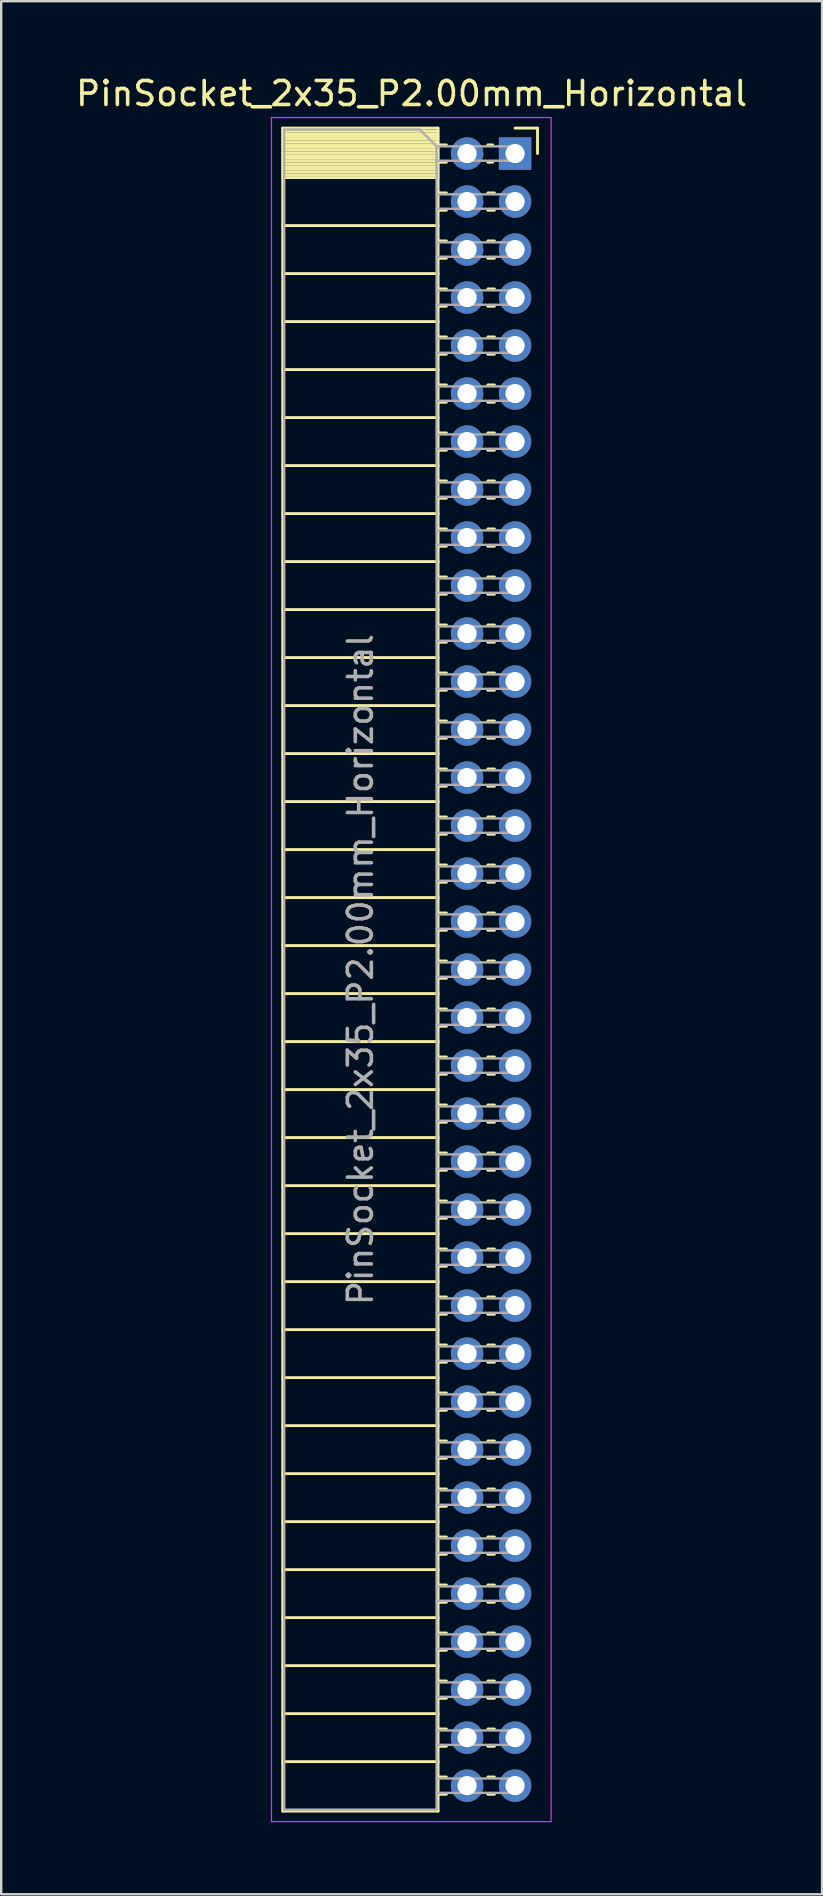
<source format=kicad_pcb>
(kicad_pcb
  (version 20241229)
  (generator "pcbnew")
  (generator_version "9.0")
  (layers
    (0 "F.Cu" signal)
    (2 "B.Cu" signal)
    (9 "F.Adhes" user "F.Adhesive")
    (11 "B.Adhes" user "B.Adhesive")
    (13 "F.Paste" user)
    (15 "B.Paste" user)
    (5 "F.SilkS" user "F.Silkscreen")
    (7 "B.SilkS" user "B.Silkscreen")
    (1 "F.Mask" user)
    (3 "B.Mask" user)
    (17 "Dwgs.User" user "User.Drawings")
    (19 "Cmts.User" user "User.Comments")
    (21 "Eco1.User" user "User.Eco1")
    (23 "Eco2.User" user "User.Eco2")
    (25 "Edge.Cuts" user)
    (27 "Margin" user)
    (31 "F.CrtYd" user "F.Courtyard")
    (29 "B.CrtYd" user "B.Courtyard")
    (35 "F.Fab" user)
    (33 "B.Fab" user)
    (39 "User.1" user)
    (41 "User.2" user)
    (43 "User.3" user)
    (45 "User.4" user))
  (footprint "PinSocket_2x35_P2.00mm_Horizontal"
    (layer "F.Cu")
    (at 18.411 3.348)
    (property "Reference" "PinSocket_2x35_P2.00mm_Horizontal" (at -4.31 -2.5 0) (layer "F.SilkS") (effects (font (size 1 1) (thickness 0.15))))
    (attr through_hole)
    (fp_line (start -9.68 -1.06) (end -9.68 69.06) (stroke (width 0.12) (type solid)) (layer "F.SilkS"))
    (fp_line (start -9.68 -1.06) (end -3.21 -1.06) (stroke (width 0.12) (type solid)) (layer "F.SilkS"))
    (fp_line (start -9.68 -0.94) (end -3.21 -0.94) (stroke (width 0.12) (type solid)) (layer "F.SilkS"))
    (fp_line (start -9.68 -0.826) (end -3.21 -0.826) (stroke (width 0.12) (type solid)) (layer "F.SilkS"))
    (fp_line (start -9.68 -0.712) (end -3.21 -0.712) (stroke (width 0.12) (type solid)) (layer "F.SilkS"))
    (fp_line (start -9.68 -0.598) (end -3.21 -0.598) (stroke (width 0.12) (type solid)) (layer "F.SilkS"))
    (fp_line (start -9.68 -0.484) (end -3.21 -0.484) (stroke (width 0.12) (type solid)) (layer "F.SilkS"))
    (fp_line (start -9.68 -0.369) (end -3.21 -0.369) (stroke (width 0.12) (type solid)) (layer "F.SilkS"))
    (fp_line (start -9.68 -0.255) (end -3.21 -0.255) (stroke (width 0.12) (type solid)) (layer "F.SilkS"))
    (fp_line (start -9.68 -0.141) (end -3.21 -0.141) (stroke (width 0.12) (type solid)) (layer "F.SilkS"))
    (fp_line (start -9.68 -0.027) (end -3.21 -0.027) (stroke (width 0.12) (type solid)) (layer "F.SilkS"))
    (fp_line (start -9.68 0.087) (end -3.21 0.087) (stroke (width 0.12) (type solid)) (layer "F.SilkS"))
    (fp_line (start -9.68 0.201) (end -3.21 0.201) (stroke (width 0.12) (type solid)) (layer "F.SilkS"))
    (fp_line (start -9.68 0.315) (end -3.21 0.315) (stroke (width 0.12) (type solid)) (layer "F.SilkS"))
    (fp_line (start -9.68 0.429) (end -3.21 0.429) (stroke (width 0.12) (type solid)) (layer "F.SilkS"))
    (fp_line (start -9.68 0.544) (end -3.21 0.544) (stroke (width 0.12) (type solid)) (layer "F.SilkS"))
    (fp_line (start -9.68 0.658) (end -3.21 0.658) (stroke (width 0.12) (type solid)) (layer "F.SilkS"))
    (fp_line (start -9.68 0.772) (end -3.21 0.772) (stroke (width 0.12) (type solid)) (layer "F.SilkS"))
    (fp_line (start -9.68 0.886) (end -3.21 0.886) (stroke (width 0.12) (type solid)) (layer "F.SilkS"))
    (fp_line (start -9.68 1) (end -3.21 1) (stroke (width 0.12) (type solid)) (layer "F.SilkS"))
    (fp_line (start -9.68 3) (end -3.21 3) (stroke (width 0.12) (type solid)) (layer "F.SilkS"))
    (fp_line (start -9.68 5) (end -3.21 5) (stroke (width 0.12) (type solid)) (layer "F.SilkS"))
    (fp_line (start -9.68 7) (end -3.21 7) (stroke (width 0.12) (type solid)) (layer "F.SilkS"))
    (fp_line (start -9.68 9) (end -3.21 9) (stroke (width 0.12) (type solid)) (layer "F.SilkS"))
    (fp_line (start -9.68 11) (end -3.21 11) (stroke (width 0.12) (type solid)) (layer "F.SilkS"))
    (fp_line (start -9.68 13) (end -3.21 13) (stroke (width 0.12) (type solid)) (layer "F.SilkS"))
    (fp_line (start -9.68 15) (end -3.21 15) (stroke (width 0.12) (type solid)) (layer "F.SilkS"))
    (fp_line (start -9.68 17) (end -3.21 17) (stroke (width 0.12) (type solid)) (layer "F.SilkS"))
    (fp_line (start -9.68 19) (end -3.21 19) (stroke (width 0.12) (type solid)) (layer "F.SilkS"))
    (fp_line (start -9.68 21) (end -3.21 21) (stroke (width 0.12) (type solid)) (layer "F.SilkS"))
    (fp_line (start -9.68 23) (end -3.21 23) (stroke (width 0.12) (type solid)) (layer "F.SilkS"))
    (fp_line (start -9.68 25) (end -3.21 25) (stroke (width 0.12) (type solid)) (layer "F.SilkS"))
    (fp_line (start -9.68 27) (end -3.21 27) (stroke (width 0.12) (type solid)) (layer "F.SilkS"))
    (fp_line (start -9.68 29) (end -3.21 29) (stroke (width 0.12) (type solid)) (layer "F.SilkS"))
    (fp_line (start -9.68 31) (end -3.21 31) (stroke (width 0.12) (type solid)) (layer "F.SilkS"))
    (fp_line (start -9.68 33) (end -3.21 33) (stroke (width 0.12) (type solid)) (layer "F.SilkS"))
    (fp_line (start -9.68 35) (end -3.21 35) (stroke (width 0.12) (type solid)) (layer "F.SilkS"))
    (fp_line (start -9.68 37) (end -3.21 37) (stroke (width 0.12) (type solid)) (layer "F.SilkS"))
    (fp_line (start -9.68 39) (end -3.21 39) (stroke (width 0.12) (type solid)) (layer "F.SilkS"))
    (fp_line (start -9.68 41) (end -3.21 41) (stroke (width 0.12) (type solid)) (layer "F.SilkS"))
    (fp_line (start -9.68 43) (end -3.21 43) (stroke (width 0.12) (type solid)) (layer "F.SilkS"))
    (fp_line (start -9.68 45) (end -3.21 45) (stroke (width 0.12) (type solid)) (layer "F.SilkS"))
    (fp_line (start -9.68 47) (end -3.21 47) (stroke (width 0.12) (type solid)) (layer "F.SilkS"))
    (fp_line (start -9.68 49) (end -3.21 49) (stroke (width 0.12) (type solid)) (layer "F.SilkS"))
    (fp_line (start -9.68 51) (end -3.21 51) (stroke (width 0.12) (type solid)) (layer "F.SilkS"))
    (fp_line (start -9.68 53) (end -3.21 53) (stroke (width 0.12) (type solid)) (layer "F.SilkS"))
    (fp_line (start -9.68 55) (end -3.21 55) (stroke (width 0.12) (type solid)) (layer "F.SilkS"))
    (fp_line (start -9.68 57) (end -3.21 57) (stroke (width 0.12) (type solid)) (layer "F.SilkS"))
    (fp_line (start -9.68 59) (end -3.21 59) (stroke (width 0.12) (type solid)) (layer "F.SilkS"))
    (fp_line (start -9.68 61) (end -3.21 61) (stroke (width 0.12) (type solid)) (layer "F.SilkS"))
    (fp_line (start -9.68 63) (end -3.21 63) (stroke (width 0.12) (type solid)) (layer "F.SilkS"))
    (fp_line (start -9.68 65) (end -3.21 65) (stroke (width 0.12) (type solid)) (layer "F.SilkS"))
    (fp_line (start -9.68 67) (end -3.21 67) (stroke (width 0.12) (type solid)) (layer "F.SilkS"))
    (fp_line (start -9.68 69.06) (end -3.21 69.06) (stroke (width 0.12) (type solid)) (layer "F.SilkS"))
    (fp_line (start -3.21 -1.06) (end -3.21 69.06) (stroke (width 0.12) (type solid)) (layer "F.SilkS"))
    (fp_line (start -3.21 -0.36) (end -2.863 -0.36) (stroke (width 0.12) (type solid)) (layer "F.SilkS"))
    (fp_line (start -3.21 0.36) (end -2.863 0.36) (stroke (width 0.12) (type solid)) (layer "F.SilkS"))
    (fp_line (start -3.21 1.64) (end -2.863 1.64) (stroke (width 0.12) (type solid)) (layer "F.SilkS"))
    (fp_line (start -3.21 2.36) (end -2.863 2.36) (stroke (width 0.12) (type solid)) (layer "F.SilkS"))
    (fp_line (start -3.21 3.64) (end -2.863 3.64) (stroke (width 0.12) (type solid)) (layer "F.SilkS"))
    (fp_line (start -3.21 4.36) (end -2.863 4.36) (stroke (width 0.12) (type solid)) (layer "F.SilkS"))
    (fp_line (start -3.21 5.64) (end -2.863 5.64) (stroke (width 0.12) (type solid)) (layer "F.SilkS"))
    (fp_line (start -3.21 6.36) (end -2.863 6.36) (stroke (width 0.12) (type solid)) (layer "F.SilkS"))
    (fp_line (start -3.21 7.64) (end -2.863 7.64) (stroke (width 0.12) (type solid)) (layer "F.SilkS"))
    (fp_line (start -3.21 8.36) (end -2.863 8.36) (stroke (width 0.12) (type solid)) (layer "F.SilkS"))
    (fp_line (start -3.21 9.64) (end -2.863 9.64) (stroke (width 0.12) (type solid)) (layer "F.SilkS"))
    (fp_line (start -3.21 10.36) (end -2.863 10.36) (stroke (width 0.12) (type solid)) (layer "F.SilkS"))
    (fp_line (start -3.21 11.64) (end -2.863 11.64) (stroke (width 0.12) (type solid)) (layer "F.SilkS"))
    (fp_line (start -3.21 12.36) (end -2.863 12.36) (stroke (width 0.12) (type solid)) (layer "F.SilkS"))
    (fp_line (start -3.21 13.64) (end -2.863 13.64) (stroke (width 0.12) (type solid)) (layer "F.SilkS"))
    (fp_line (start -3.21 14.36) (end -2.863 14.36) (stroke (width 0.12) (type solid)) (layer "F.SilkS"))
    (fp_line (start -3.21 15.64) (end -2.863 15.64) (stroke (width 0.12) (type solid)) (layer "F.SilkS"))
    (fp_line (start -3.21 16.36) (end -2.863 16.36) (stroke (width 0.12) (type solid)) (layer "F.SilkS"))
    (fp_line (start -3.21 17.64) (end -2.863 17.64) (stroke (width 0.12) (type solid)) (layer "F.SilkS"))
    (fp_line (start -3.21 18.36) (end -2.863 18.36) (stroke (width 0.12) (type solid)) (layer "F.SilkS"))
    (fp_line (start -3.21 19.64) (end -2.863 19.64) (stroke (width 0.12) (type solid)) (layer "F.SilkS"))
    (fp_line (start -3.21 20.36) (end -2.863 20.36) (stroke (width 0.12) (type solid)) (layer "F.SilkS"))
    (fp_line (start -3.21 21.64) (end -2.863 21.64) (stroke (width 0.12) (type solid)) (layer "F.SilkS"))
    (fp_line (start -3.21 22.36) (end -2.863 22.36) (stroke (width 0.12) (type solid)) (layer "F.SilkS"))
    (fp_line (start -3.21 23.64) (end -2.863 23.64) (stroke (width 0.12) (type solid)) (layer "F.SilkS"))
    (fp_line (start -3.21 24.36) (end -2.863 24.36) (stroke (width 0.12) (type solid)) (layer "F.SilkS"))
    (fp_line (start -3.21 25.64) (end -2.863 25.64) (stroke (width 0.12) (type solid)) (layer "F.SilkS"))
    (fp_line (start -3.21 26.36) (end -2.863 26.36) (stroke (width 0.12) (type solid)) (layer "F.SilkS"))
    (fp_line (start -3.21 27.64) (end -2.863 27.64) (stroke (width 0.12) (type solid)) (layer "F.SilkS"))
    (fp_line (start -3.21 28.36) (end -2.863 28.36) (stroke (width 0.12) (type solid)) (layer "F.SilkS"))
    (fp_line (start -3.21 29.64) (end -2.863 29.64) (stroke (width 0.12) (type solid)) (layer "F.SilkS"))
    (fp_line (start -3.21 30.36) (end -2.863 30.36) (stroke (width 0.12) (type solid)) (layer "F.SilkS"))
    (fp_line (start -3.21 31.64) (end -2.863 31.64) (stroke (width 0.12) (type solid)) (layer "F.SilkS"))
    (fp_line (start -3.21 32.36) (end -2.863 32.36) (stroke (width 0.12) (type solid)) (layer "F.SilkS"))
    (fp_line (start -3.21 33.64) (end -2.863 33.64) (stroke (width 0.12) (type solid)) (layer "F.SilkS"))
    (fp_line (start -3.21 34.36) (end -2.863 34.36) (stroke (width 0.12) (type solid)) (layer "F.SilkS"))
    (fp_line (start -3.21 35.64) (end -2.863 35.64) (stroke (width 0.12) (type solid)) (layer "F.SilkS"))
    (fp_line (start -3.21 36.36) (end -2.863 36.36) (stroke (width 0.12) (type solid)) (layer "F.SilkS"))
    (fp_line (start -3.21 37.64) (end -2.863 37.64) (stroke (width 0.12) (type solid)) (layer "F.SilkS"))
    (fp_line (start -3.21 38.36) (end -2.863 38.36) (stroke (width 0.12) (type solid)) (layer "F.SilkS"))
    (fp_line (start -3.21 39.64) (end -2.863 39.64) (stroke (width 0.12) (type solid)) (layer "F.SilkS"))
    (fp_line (start -3.21 40.36) (end -2.863 40.36) (stroke (width 0.12) (type solid)) (layer "F.SilkS"))
    (fp_line (start -3.21 41.64) (end -2.863 41.64) (stroke (width 0.12) (type solid)) (layer "F.SilkS"))
    (fp_line (start -3.21 42.36) (end -2.863 42.36) (stroke (width 0.12) (type solid)) (layer "F.SilkS"))
    (fp_line (start -3.21 43.64) (end -2.863 43.64) (stroke (width 0.12) (type solid)) (layer "F.SilkS"))
    (fp_line (start -3.21 44.36) (end -2.863 44.36) (stroke (width 0.12) (type solid)) (layer "F.SilkS"))
    (fp_line (start -3.21 45.64) (end -2.863 45.64) (stroke (width 0.12) (type solid)) (layer "F.SilkS"))
    (fp_line (start -3.21 46.36) (end -2.863 46.36) (stroke (width 0.12) (type solid)) (layer "F.SilkS"))
    (fp_line (start -3.21 47.64) (end -2.863 47.64) (stroke (width 0.12) (type solid)) (layer "F.SilkS"))
    (fp_line (start -3.21 48.36) (end -2.863 48.36) (stroke (width 0.12) (type solid)) (layer "F.SilkS"))
    (fp_line (start -3.21 49.64) (end -2.863 49.64) (stroke (width 0.12) (type solid)) (layer "F.SilkS"))
    (fp_line (start -3.21 50.36) (end -2.863 50.36) (stroke (width 0.12) (type solid)) (layer "F.SilkS"))
    (fp_line (start -3.21 51.64) (end -2.863 51.64) (stroke (width 0.12) (type solid)) (layer "F.SilkS"))
    (fp_line (start -3.21 52.36) (end -2.863 52.36) (stroke (width 0.12) (type solid)) (layer "F.SilkS"))
    (fp_line (start -3.21 53.64) (end -2.863 53.64) (stroke (width 0.12) (type solid)) (layer "F.SilkS"))
    (fp_line (start -3.21 54.36) (end -2.863 54.36) (stroke (width 0.12) (type solid)) (layer "F.SilkS"))
    (fp_line (start -3.21 55.64) (end -2.863 55.64) (stroke (width 0.12) (type solid)) (layer "F.SilkS"))
    (fp_line (start -3.21 56.36) (end -2.863 56.36) (stroke (width 0.12) (type solid)) (layer "F.SilkS"))
    (fp_line (start -3.21 57.64) (end -2.863 57.64) (stroke (width 0.12) (type solid)) (layer "F.SilkS"))
    (fp_line (start -3.21 58.36) (end -2.863 58.36) (stroke (width 0.12) (type solid)) (layer "F.SilkS"))
    (fp_line (start -3.21 59.64) (end -2.863 59.64) (stroke (width 0.12) (type solid)) (layer "F.SilkS"))
    (fp_line (start -3.21 60.36) (end -2.863 60.36) (stroke (width 0.12) (type solid)) (layer "F.SilkS"))
    (fp_line (start -3.21 61.64) (end -2.863 61.64) (stroke (width 0.12) (type solid)) (layer "F.SilkS"))
    (fp_line (start -3.21 62.36) (end -2.863 62.36) (stroke (width 0.12) (type solid)) (layer "F.SilkS"))
    (fp_line (start -3.21 63.64) (end -2.863 63.64) (stroke (width 0.12) (type solid)) (layer "F.SilkS"))
    (fp_line (start -3.21 64.36) (end -2.863 64.36) (stroke (width 0.12) (type solid)) (layer "F.SilkS"))
    (fp_line (start -3.21 65.64) (end -2.863 65.64) (stroke (width 0.12) (type solid)) (layer "F.SilkS"))
    (fp_line (start -3.21 66.36) (end -2.863 66.36) (stroke (width 0.12) (type solid)) (layer "F.SilkS"))
    (fp_line (start -3.21 67.64) (end -2.863 67.64) (stroke (width 0.12) (type solid)) (layer "F.SilkS"))
    (fp_line (start -3.21 68.36) (end -2.863 68.36) (stroke (width 0.12) (type solid)) (layer "F.SilkS"))
    (fp_line (start -1.137 -0.36) (end -0.935 -0.36) (stroke (width 0.12) (type solid)) (layer "F.SilkS"))
    (fp_line (start -1.137 0.36) (end -0.935 0.36) (stroke (width 0.12) (type solid)) (layer "F.SilkS"))
    (fp_line (start -1.137 1.64) (end -0.863 1.64) (stroke (width 0.12) (type solid)) (layer "F.SilkS"))
    (fp_line (start -1.137 2.36) (end -0.863 2.36) (stroke (width 0.12) (type solid)) (layer "F.SilkS"))
    (fp_line (start -1.137 3.64) (end -0.863 3.64) (stroke (width 0.12) (type solid)) (layer "F.SilkS"))
    (fp_line (start -1.137 4.36) (end -0.863 4.36) (stroke (width 0.12) (type solid)) (layer "F.SilkS"))
    (fp_line (start -1.137 5.64) (end -0.863 5.64) (stroke (width 0.12) (type solid)) (layer "F.SilkS"))
    (fp_line (start -1.137 6.36) (end -0.863 6.36) (stroke (width 0.12) (type solid)) (layer "F.SilkS"))
    (fp_line (start -1.137 7.64) (end -0.863 7.64) (stroke (width 0.12) (type solid)) (layer "F.SilkS"))
    (fp_line (start -1.137 8.36) (end -0.863 8.36) (stroke (width 0.12) (type solid)) (layer "F.SilkS"))
    (fp_line (start -1.137 9.64) (end -0.863 9.64) (stroke (width 0.12) (type solid)) (layer "F.SilkS"))
    (fp_line (start -1.137 10.36) (end -0.863 10.36) (stroke (width 0.12) (type solid)) (layer "F.SilkS"))
    (fp_line (start -1.137 11.64) (end -0.863 11.64) (stroke (width 0.12) (type solid)) (layer "F.SilkS"))
    (fp_line (start -1.137 12.36) (end -0.863 12.36) (stroke (width 0.12) (type solid)) (layer "F.SilkS"))
    (fp_line (start -1.137 13.64) (end -0.863 13.64) (stroke (width 0.12) (type solid)) (layer "F.SilkS"))
    (fp_line (start -1.137 14.36) (end -0.863 14.36) (stroke (width 0.12) (type solid)) (layer "F.SilkS"))
    (fp_line (start -1.137 15.64) (end -0.863 15.64) (stroke (width 0.12) (type solid)) (layer "F.SilkS"))
    (fp_line (start -1.137 16.36) (end -0.863 16.36) (stroke (width 0.12) (type solid)) (layer "F.SilkS"))
    (fp_line (start -1.137 17.64) (end -0.863 17.64) (stroke (width 0.12) (type solid)) (layer "F.SilkS"))
    (fp_line (start -1.137 18.36) (end -0.863 18.36) (stroke (width 0.12) (type solid)) (layer "F.SilkS"))
    (fp_line (start -1.137 19.64) (end -0.863 19.64) (stroke (width 0.12) (type solid)) (layer "F.SilkS"))
    (fp_line (start -1.137 20.36) (end -0.863 20.36) (stroke (width 0.12) (type solid)) (layer "F.SilkS"))
    (fp_line (start -1.137 21.64) (end -0.863 21.64) (stroke (width 0.12) (type solid)) (layer "F.SilkS"))
    (fp_line (start -1.137 22.36) (end -0.863 22.36) (stroke (width 0.12) (type solid)) (layer "F.SilkS"))
    (fp_line (start -1.137 23.64) (end -0.863 23.64) (stroke (width 0.12) (type solid)) (layer "F.SilkS"))
    (fp_line (start -1.137 24.36) (end -0.863 24.36) (stroke (width 0.12) (type solid)) (layer "F.SilkS"))
    (fp_line (start -1.137 25.64) (end -0.863 25.64) (stroke (width 0.12) (type solid)) (layer "F.SilkS"))
    (fp_line (start -1.137 26.36) (end -0.863 26.36) (stroke (width 0.12) (type solid)) (layer "F.SilkS"))
    (fp_line (start -1.137 27.64) (end -0.863 27.64) (stroke (width 0.12) (type solid)) (layer "F.SilkS"))
    (fp_line (start -1.137 28.36) (end -0.863 28.36) (stroke (width 0.12) (type solid)) (layer "F.SilkS"))
    (fp_line (start -1.137 29.64) (end -0.863 29.64) (stroke (width 0.12) (type solid)) (layer "F.SilkS"))
    (fp_line (start -1.137 30.36) (end -0.863 30.36) (stroke (width 0.12) (type solid)) (layer "F.SilkS"))
    (fp_line (start -1.137 31.64) (end -0.863 31.64) (stroke (width 0.12) (type solid)) (layer "F.SilkS"))
    (fp_line (start -1.137 32.36) (end -0.863 32.36) (stroke (width 0.12) (type solid)) (layer "F.SilkS"))
    (fp_line (start -1.137 33.64) (end -0.863 33.64) (stroke (width 0.12) (type solid)) (layer "F.SilkS"))
    (fp_line (start -1.137 34.36) (end -0.863 34.36) (stroke (width 0.12) (type solid)) (layer "F.SilkS"))
    (fp_line (start -1.137 35.64) (end -0.863 35.64) (stroke (width 0.12) (type solid)) (layer "F.SilkS"))
    (fp_line (start -1.137 36.36) (end -0.863 36.36) (stroke (width 0.12) (type solid)) (layer "F.SilkS"))
    (fp_line (start -1.137 37.64) (end -0.863 37.64) (stroke (width 0.12) (type solid)) (layer "F.SilkS"))
    (fp_line (start -1.137 38.36) (end -0.863 38.36) (stroke (width 0.12) (type solid)) (layer "F.SilkS"))
    (fp_line (start -1.137 39.64) (end -0.863 39.64) (stroke (width 0.12) (type solid)) (layer "F.SilkS"))
    (fp_line (start -1.137 40.36) (end -0.863 40.36) (stroke (width 0.12) (type solid)) (layer "F.SilkS"))
    (fp_line (start -1.137 41.64) (end -0.863 41.64) (stroke (width 0.12) (type solid)) (layer "F.SilkS"))
    (fp_line (start -1.137 42.36) (end -0.863 42.36) (stroke (width 0.12) (type solid)) (layer "F.SilkS"))
    (fp_line (start -1.137 43.64) (end -0.863 43.64) (stroke (width 0.12) (type solid)) (layer "F.SilkS"))
    (fp_line (start -1.137 44.36) (end -0.863 44.36) (stroke (width 0.12) (type solid)) (layer "F.SilkS"))
    (fp_line (start -1.137 45.64) (end -0.863 45.64) (stroke (width 0.12) (type solid)) (layer "F.SilkS"))
    (fp_line (start -1.137 46.36) (end -0.863 46.36) (stroke (width 0.12) (type solid)) (layer "F.SilkS"))
    (fp_line (start -1.137 47.64) (end -0.863 47.64) (stroke (width 0.12) (type solid)) (layer "F.SilkS"))
    (fp_line (start -1.137 48.36) (end -0.863 48.36) (stroke (width 0.12) (type solid)) (layer "F.SilkS"))
    (fp_line (start -1.137 49.64) (end -0.863 49.64) (stroke (width 0.12) (type solid)) (layer "F.SilkS"))
    (fp_line (start -1.137 50.36) (end -0.863 50.36) (stroke (width 0.12) (type solid)) (layer "F.SilkS"))
    (fp_line (start -1.137 51.64) (end -0.863 51.64) (stroke (width 0.12) (type solid)) (layer "F.SilkS"))
    (fp_line (start -1.137 52.36) (end -0.863 52.36) (stroke (width 0.12) (type solid)) (layer "F.SilkS"))
    (fp_line (start -1.137 53.64) (end -0.863 53.64) (stroke (width 0.12) (type solid)) (layer "F.SilkS"))
    (fp_line (start -1.137 54.36) (end -0.863 54.36) (stroke (width 0.12) (type solid)) (layer "F.SilkS"))
    (fp_line (start -1.137 55.64) (end -0.863 55.64) (stroke (width 0.12) (type solid)) (layer "F.SilkS"))
    (fp_line (start -1.137 56.36) (end -0.863 56.36) (stroke (width 0.12) (type solid)) (layer "F.SilkS"))
    (fp_line (start -1.137 57.64) (end -0.863 57.64) (stroke (width 0.12) (type solid)) (layer "F.SilkS"))
    (fp_line (start -1.137 58.36) (end -0.863 58.36) (stroke (width 0.12) (type solid)) (layer "F.SilkS"))
    (fp_line (start -1.137 59.64) (end -0.863 59.64) (stroke (width 0.12) (type solid)) (layer "F.SilkS"))
    (fp_line (start -1.137 60.36) (end -0.863 60.36) (stroke (width 0.12) (type solid)) (layer "F.SilkS"))
    (fp_line (start -1.137 61.64) (end -0.863 61.64) (stroke (width 0.12) (type solid)) (layer "F.SilkS"))
    (fp_line (start -1.137 62.36) (end -0.863 62.36) (stroke (width 0.12) (type solid)) (layer "F.SilkS"))
    (fp_line (start -1.137 63.64) (end -0.863 63.64) (stroke (width 0.12) (type solid)) (layer "F.SilkS"))
    (fp_line (start -1.137 64.36) (end -0.863 64.36) (stroke (width 0.12) (type solid)) (layer "F.SilkS"))
    (fp_line (start -1.137 65.64) (end -0.863 65.64) (stroke (width 0.12) (type solid)) (layer "F.SilkS"))
    (fp_line (start -1.137 66.36) (end -0.863 66.36) (stroke (width 0.12) (type solid)) (layer "F.SilkS"))
    (fp_line (start -1.137 67.64) (end -0.863 67.64) (stroke (width 0.12) (type solid)) (layer "F.SilkS"))
    (fp_line (start -1.137 68.36) (end -0.863 68.36) (stroke (width 0.12) (type solid)) (layer "F.SilkS"))
    (fp_line (start 0 -1.06) (end 0.935 -1.06) (stroke (width 0.12) (type solid)) (layer "F.SilkS"))
    (fp_line (start 0.935 -1.06) (end 0.935 0) (stroke (width 0.12) (type solid)) (layer "F.SilkS"))
    (fp_line (start -10.15 -1.5) (end -10.15 69.5) (stroke (width 0.05) (type solid)) (layer "F.CrtYd"))
    (fp_line (start -10.15 69.5) (end 1.5 69.5) (stroke (width 0.05) (type solid)) (layer "F.CrtYd"))
    (fp_line (start 1.5 -1.5) (end -10.15 -1.5) (stroke (width 0.05) (type solid)) (layer "F.CrtYd"))
    (fp_line (start 1.5 69.5) (end 1.5 -1.5) (stroke (width 0.05) (type solid)) (layer "F.CrtYd"))
    (fp_line (start -9.62 -1) (end -3.97 -1) (stroke (width 0.1) (type solid)) (layer "F.Fab"))
    (fp_line (start -9.62 69) (end -9.62 -1) (stroke (width 0.1) (type solid)) (layer "F.Fab"))
    (fp_line (start -3.97 -1) (end -3.27 -0.3) (stroke (width 0.1) (type solid)) (layer "F.Fab"))
    (fp_line (start -3.27 -0.3) (end -3.27 69) (stroke (width 0.1) (type solid)) (layer "F.Fab"))
    (fp_line (start -3.27 0.3) (end 0 0.3) (stroke (width 0.1) (type solid)) (layer "F.Fab"))
    (fp_line (start -3.27 2.3) (end 0 2.3) (stroke (width 0.1) (type solid)) (layer "F.Fab"))
    (fp_line (start -3.27 4.3) (end 0 4.3) (stroke (width 0.1) (type solid)) (layer "F.Fab"))
    (fp_line (start -3.27 6.3) (end 0 6.3) (stroke (width 0.1) (type solid)) (layer "F.Fab"))
    (fp_line (start -3.27 8.3) (end 0 8.3) (stroke (width 0.1) (type solid)) (layer "F.Fab"))
    (fp_line (start -3.27 10.3) (end 0 10.3) (stroke (width 0.1) (type solid)) (layer "F.Fab"))
    (fp_line (start -3.27 12.3) (end 0 12.3) (stroke (width 0.1) (type solid)) (layer "F.Fab"))
    (fp_line (start -3.27 14.3) (end 0 14.3) (stroke (width 0.1) (type solid)) (layer "F.Fab"))
    (fp_line (start -3.27 16.3) (end 0 16.3) (stroke (width 0.1) (type solid)) (layer "F.Fab"))
    (fp_line (start -3.27 18.3) (end 0 18.3) (stroke (width 0.1) (type solid)) (layer "F.Fab"))
    (fp_line (start -3.27 20.3) (end 0 20.3) (stroke (width 0.1) (type solid)) (layer "F.Fab"))
    (fp_line (start -3.27 22.3) (end 0 22.3) (stroke (width 0.1) (type solid)) (layer "F.Fab"))
    (fp_line (start -3.27 24.3) (end 0 24.3) (stroke (width 0.1) (type solid)) (layer "F.Fab"))
    (fp_line (start -3.27 26.3) (end 0 26.3) (stroke (width 0.1) (type solid)) (layer "F.Fab"))
    (fp_line (start -3.27 28.3) (end 0 28.3) (stroke (width 0.1) (type solid)) (layer "F.Fab"))
    (fp_line (start -3.27 30.3) (end 0 30.3) (stroke (width 0.1) (type solid)) (layer "F.Fab"))
    (fp_line (start -3.27 32.3) (end 0 32.3) (stroke (width 0.1) (type solid)) (layer "F.Fab"))
    (fp_line (start -3.27 34.3) (end 0 34.3) (stroke (width 0.1) (type solid)) (layer "F.Fab"))
    (fp_line (start -3.27 36.3) (end 0 36.3) (stroke (width 0.1) (type solid)) (layer "F.Fab"))
    (fp_line (start -3.27 38.3) (end 0 38.3) (stroke (width 0.1) (type solid)) (layer "F.Fab"))
    (fp_line (start -3.27 40.3) (end 0 40.3) (stroke (width 0.1) (type solid)) (layer "F.Fab"))
    (fp_line (start -3.27 42.3) (end 0 42.3) (stroke (width 0.1) (type solid)) (layer "F.Fab"))
    (fp_line (start -3.27 44.3) (end 0 44.3) (stroke (width 0.1) (type solid)) (layer "F.Fab"))
    (fp_line (start -3.27 46.3) (end 0 46.3) (stroke (width 0.1) (type solid)) (layer "F.Fab"))
    (fp_line (start -3.27 48.3) (end 0 48.3) (stroke (width 0.1) (type solid)) (layer "F.Fab"))
    (fp_line (start -3.27 50.3) (end 0 50.3) (stroke (width 0.1) (type solid)) (layer "F.Fab"))
    (fp_line (start -3.27 52.3) (end 0 52.3) (stroke (width 0.1) (type solid)) (layer "F.Fab"))
    (fp_line (start -3.27 54.3) (end 0 54.3) (stroke (width 0.1) (type solid)) (layer "F.Fab"))
    (fp_line (start -3.27 56.3) (end 0 56.3) (stroke (width 0.1) (type solid)) (layer "F.Fab"))
    (fp_line (start -3.27 58.3) (end 0 58.3) (stroke (width 0.1) (type solid)) (layer "F.Fab"))
    (fp_line (start -3.27 60.3) (end 0 60.3) (stroke (width 0.1) (type solid)) (layer "F.Fab"))
    (fp_line (start -3.27 62.3) (end 0 62.3) (stroke (width 0.1) (type solid)) (layer "F.Fab"))
    (fp_line (start -3.27 64.3) (end 0 64.3) (stroke (width 0.1) (type solid)) (layer "F.Fab"))
    (fp_line (start -3.27 66.3) (end 0 66.3) (stroke (width 0.1) (type solid)) (layer "F.Fab"))
    (fp_line (start -3.27 68.3) (end 0 68.3) (stroke (width 0.1) (type solid)) (layer "F.Fab"))
    (fp_line (start -3.27 69) (end -9.62 69) (stroke (width 0.1) (type solid)) (layer "F.Fab"))
    (fp_line (start 0 -0.3) (end -3.27 -0.3) (stroke (width 0.1) (type solid)) (layer "F.Fab"))
    (fp_line (start 0 0.3) (end 0 -0.3) (stroke (width 0.1) (type solid)) (layer "F.Fab"))
    (fp_line (start 0 1.7) (end -3.27 1.7) (stroke (width 0.1) (type solid)) (layer "F.Fab"))
    (fp_line (start 0 2.3) (end 0 1.7) (stroke (width 0.1) (type solid)) (layer "F.Fab"))
    (fp_line (start 0 3.7) (end -3.27 3.7) (stroke (width 0.1) (type solid)) (layer "F.Fab"))
    (fp_line (start 0 4.3) (end 0 3.7) (stroke (width 0.1) (type solid)) (layer "F.Fab"))
    (fp_line (start 0 5.7) (end -3.27 5.7) (stroke (width 0.1) (type solid)) (layer "F.Fab"))
    (fp_line (start 0 6.3) (end 0 5.7) (stroke (width 0.1) (type solid)) (layer "F.Fab"))
    (fp_line (start 0 7.7) (end -3.27 7.7) (stroke (width 0.1) (type solid)) (layer "F.Fab"))
    (fp_line (start 0 8.3) (end 0 7.7) (stroke (width 0.1) (type solid)) (layer "F.Fab"))
    (fp_line (start 0 9.7) (end -3.27 9.7) (stroke (width 0.1) (type solid)) (layer "F.Fab"))
    (fp_line (start 0 10.3) (end 0 9.7) (stroke (width 0.1) (type solid)) (layer "F.Fab"))
    (fp_line (start 0 11.7) (end -3.27 11.7) (stroke (width 0.1) (type solid)) (layer "F.Fab"))
    (fp_line (start 0 12.3) (end 0 11.7) (stroke (width 0.1) (type solid)) (layer "F.Fab"))
    (fp_line (start 0 13.7) (end -3.27 13.7) (stroke (width 0.1) (type solid)) (layer "F.Fab"))
    (fp_line (start 0 14.3) (end 0 13.7) (stroke (width 0.1) (type solid)) (layer "F.Fab"))
    (fp_line (start 0 15.7) (end -3.27 15.7) (stroke (width 0.1) (type solid)) (layer "F.Fab"))
    (fp_line (start 0 16.3) (end 0 15.7) (stroke (width 0.1) (type solid)) (layer "F.Fab"))
    (fp_line (start 0 17.7) (end -3.27 17.7) (stroke (width 0.1) (type solid)) (layer "F.Fab"))
    (fp_line (start 0 18.3) (end 0 17.7) (stroke (width 0.1) (type solid)) (layer "F.Fab"))
    (fp_line (start 0 19.7) (end -3.27 19.7) (stroke (width 0.1) (type solid)) (layer "F.Fab"))
    (fp_line (start 0 20.3) (end 0 19.7) (stroke (width 0.1) (type solid)) (layer "F.Fab"))
    (fp_line (start 0 21.7) (end -3.27 21.7) (stroke (width 0.1) (type solid)) (layer "F.Fab"))
    (fp_line (start 0 22.3) (end 0 21.7) (stroke (width 0.1) (type solid)) (layer "F.Fab"))
    (fp_line (start 0 23.7) (end -3.27 23.7) (stroke (width 0.1) (type solid)) (layer "F.Fab"))
    (fp_line (start 0 24.3) (end 0 23.7) (stroke (width 0.1) (type solid)) (layer "F.Fab"))
    (fp_line (start 0 25.7) (end -3.27 25.7) (stroke (width 0.1) (type solid)) (layer "F.Fab"))
    (fp_line (start 0 26.3) (end 0 25.7) (stroke (width 0.1) (type solid)) (layer "F.Fab"))
    (fp_line (start 0 27.7) (end -3.27 27.7) (stroke (width 0.1) (type solid)) (layer "F.Fab"))
    (fp_line (start 0 28.3) (end 0 27.7) (stroke (width 0.1) (type solid)) (layer "F.Fab"))
    (fp_line (start 0 29.7) (end -3.27 29.7) (stroke (width 0.1) (type solid)) (layer "F.Fab"))
    (fp_line (start 0 30.3) (end 0 29.7) (stroke (width 0.1) (type solid)) (layer "F.Fab"))
    (fp_line (start 0 31.7) (end -3.27 31.7) (stroke (width 0.1) (type solid)) (layer "F.Fab"))
    (fp_line (start 0 32.3) (end 0 31.7) (stroke (width 0.1) (type solid)) (layer "F.Fab"))
    (fp_line (start 0 33.7) (end -3.27 33.7) (stroke (width 0.1) (type solid)) (layer "F.Fab"))
    (fp_line (start 0 34.3) (end 0 33.7) (stroke (width 0.1) (type solid)) (layer "F.Fab"))
    (fp_line (start 0 35.7) (end -3.27 35.7) (stroke (width 0.1) (type solid)) (layer "F.Fab"))
    (fp_line (start 0 36.3) (end 0 35.7) (stroke (width 0.1) (type solid)) (layer "F.Fab"))
    (fp_line (start 0 37.7) (end -3.27 37.7) (stroke (width 0.1) (type solid)) (layer "F.Fab"))
    (fp_line (start 0 38.3) (end 0 37.7) (stroke (width 0.1) (type solid)) (layer "F.Fab"))
    (fp_line (start 0 39.7) (end -3.27 39.7) (stroke (width 0.1) (type solid)) (layer "F.Fab"))
    (fp_line (start 0 40.3) (end 0 39.7) (stroke (width 0.1) (type solid)) (layer "F.Fab"))
    (fp_line (start 0 41.7) (end -3.27 41.7) (stroke (width 0.1) (type solid)) (layer "F.Fab"))
    (fp_line (start 0 42.3) (end 0 41.7) (stroke (width 0.1) (type solid)) (layer "F.Fab"))
    (fp_line (start 0 43.7) (end -3.27 43.7) (stroke (width 0.1) (type solid)) (layer "F.Fab"))
    (fp_line (start 0 44.3) (end 0 43.7) (stroke (width 0.1) (type solid)) (layer "F.Fab"))
    (fp_line (start 0 45.7) (end -3.27 45.7) (stroke (width 0.1) (type solid)) (layer "F.Fab"))
    (fp_line (start 0 46.3) (end 0 45.7) (stroke (width 0.1) (type solid)) (layer "F.Fab"))
    (fp_line (start 0 47.7) (end -3.27 47.7) (stroke (width 0.1) (type solid)) (layer "F.Fab"))
    (fp_line (start 0 48.3) (end 0 47.7) (stroke (width 0.1) (type solid)) (layer "F.Fab"))
    (fp_line (start 0 49.7) (end -3.27 49.7) (stroke (width 0.1) (type solid)) (layer "F.Fab"))
    (fp_line (start 0 50.3) (end 0 49.7) (stroke (width 0.1) (type solid)) (layer "F.Fab"))
    (fp_line (start 0 51.7) (end -3.27 51.7) (stroke (width 0.1) (type solid)) (layer "F.Fab"))
    (fp_line (start 0 52.3) (end 0 51.7) (stroke (width 0.1) (type solid)) (layer "F.Fab"))
    (fp_line (start 0 53.7) (end -3.27 53.7) (stroke (width 0.1) (type solid)) (layer "F.Fab"))
    (fp_line (start 0 54.3) (end 0 53.7) (stroke (width 0.1) (type solid)) (layer "F.Fab"))
    (fp_line (start 0 55.7) (end -3.27 55.7) (stroke (width 0.1) (type solid)) (layer "F.Fab"))
    (fp_line (start 0 56.3) (end 0 55.7) (stroke (width 0.1) (type solid)) (layer "F.Fab"))
    (fp_line (start 0 57.7) (end -3.27 57.7) (stroke (width 0.1) (type solid)) (layer "F.Fab"))
    (fp_line (start 0 58.3) (end 0 57.7) (stroke (width 0.1) (type solid)) (layer "F.Fab"))
    (fp_line (start 0 59.7) (end -3.27 59.7) (stroke (width 0.1) (type solid)) (layer "F.Fab"))
    (fp_line (start 0 60.3) (end 0 59.7) (stroke (width 0.1) (type solid)) (layer "F.Fab"))
    (fp_line (start 0 61.7) (end -3.27 61.7) (stroke (width 0.1) (type solid)) (layer "F.Fab"))
    (fp_line (start 0 62.3) (end 0 61.7) (stroke (width 0.1) (type solid)) (layer "F.Fab"))
    (fp_line (start 0 63.7) (end -3.27 63.7) (stroke (width 0.1) (type solid)) (layer "F.Fab"))
    (fp_line (start 0 64.3) (end 0 63.7) (stroke (width 0.1) (type solid)) (layer "F.Fab"))
    (fp_line (start 0 65.7) (end -3.27 65.7) (stroke (width 0.1) (type solid)) (layer "F.Fab"))
    (fp_line (start 0 66.3) (end 0 65.7) (stroke (width 0.1) (type solid)) (layer "F.Fab"))
    (fp_line (start 0 67.7) (end -3.27 67.7) (stroke (width 0.1) (type solid)) (layer "F.Fab"))
    (fp_line (start 0 68.3) (end 0 67.7) (stroke (width 0.1) (type solid)) (layer "F.Fab"))
    (fp_text user "${REFERENCE}" (at -6.445 34 90) (layer "F.Fab") (effects (font (size 1 1) (thickness 0.15))))
    (pad "1" thru_hole rect (at 0 0) (size 1.35 1.35) (drill 0.8) (layers "*.Cu" "*.Mask"))
    (pad "2" thru_hole circle (at -2 0) (size 1.35 1.35) (drill 0.8) (layers "*.Cu" "*.Mask"))
    (pad "3" thru_hole circle (at 0 2) (size 1.35 1.35) (drill 0.8) (layers "*.Cu" "*.Mask"))
    (pad "4" thru_hole circle (at -2 2) (size 1.35 1.35) (drill 0.8) (layers "*.Cu" "*.Mask"))
    (pad "5" thru_hole circle (at 0 4) (size 1.35 1.35) (drill 0.8) (layers "*.Cu" "*.Mask"))
    (pad "6" thru_hole circle (at -2 4) (size 1.35 1.35) (drill 0.8) (layers "*.Cu" "*.Mask"))
    (pad "7" thru_hole circle (at 0 6) (size 1.35 1.35) (drill 0.8) (layers "*.Cu" "*.Mask"))
    (pad "8" thru_hole circle (at -2 6) (size 1.35 1.35) (drill 0.8) (layers "*.Cu" "*.Mask"))
    (pad "9" thru_hole circle (at 0 8) (size 1.35 1.35) (drill 0.8) (layers "*.Cu" "*.Mask"))
    (pad "10" thru_hole circle (at -2 8) (size 1.35 1.35) (drill 0.8) (layers "*.Cu" "*.Mask"))
    (pad "11" thru_hole circle (at 0 10) (size 1.35 1.35) (drill 0.8) (layers "*.Cu" "*.Mask"))
    (pad "12" thru_hole circle (at -2 10) (size 1.35 1.35) (drill 0.8) (layers "*.Cu" "*.Mask"))
    (pad "13" thru_hole circle (at 0 12) (size 1.35 1.35) (drill 0.8) (layers "*.Cu" "*.Mask"))
    (pad "14" thru_hole circle (at -2 12) (size 1.35 1.35) (drill 0.8) (layers "*.Cu" "*.Mask"))
    (pad "15" thru_hole circle (at 0 14) (size 1.35 1.35) (drill 0.8) (layers "*.Cu" "*.Mask"))
    (pad "16" thru_hole circle (at -2 14) (size 1.35 1.35) (drill 0.8) (layers "*.Cu" "*.Mask"))
    (pad "17" thru_hole circle (at 0 16) (size 1.35 1.35) (drill 0.8) (layers "*.Cu" "*.Mask"))
    (pad "18" thru_hole circle (at -2 16) (size 1.35 1.35) (drill 0.8) (layers "*.Cu" "*.Mask"))
    (pad "19" thru_hole circle (at 0 18) (size 1.35 1.35) (drill 0.8) (layers "*.Cu" "*.Mask"))
    (pad "20" thru_hole circle (at -2 18) (size 1.35 1.35) (drill 0.8) (layers "*.Cu" "*.Mask"))
    (pad "21" thru_hole circle (at 0 20) (size 1.35 1.35) (drill 0.8) (layers "*.Cu" "*.Mask"))
    (pad "22" thru_hole circle (at -2 20) (size 1.35 1.35) (drill 0.8) (layers "*.Cu" "*.Mask"))
    (pad "23" thru_hole circle (at 0 22) (size 1.35 1.35) (drill 0.8) (layers "*.Cu" "*.Mask"))
    (pad "24" thru_hole circle (at -2 22) (size 1.35 1.35) (drill 0.8) (layers "*.Cu" "*.Mask"))
    (pad "25" thru_hole circle (at 0 24) (size 1.35 1.35) (drill 0.8) (layers "*.Cu" "*.Mask"))
    (pad "26" thru_hole circle (at -2 24) (size 1.35 1.35) (drill 0.8) (layers "*.Cu" "*.Mask"))
    (pad "27" thru_hole circle (at 0 26) (size 1.35 1.35) (drill 0.8) (layers "*.Cu" "*.Mask"))
    (pad "28" thru_hole circle (at -2 26) (size 1.35 1.35) (drill 0.8) (layers "*.Cu" "*.Mask"))
    (pad "29" thru_hole circle (at 0 28) (size 1.35 1.35) (drill 0.8) (layers "*.Cu" "*.Mask"))
    (pad "30" thru_hole circle (at -2 28) (size 1.35 1.35) (drill 0.8) (layers "*.Cu" "*.Mask"))
    (pad "31" thru_hole circle (at 0 30) (size 1.35 1.35) (drill 0.8) (layers "*.Cu" "*.Mask"))
    (pad "32" thru_hole circle (at -2 30) (size 1.35 1.35) (drill 0.8) (layers "*.Cu" "*.Mask"))
    (pad "33" thru_hole circle (at 0 32) (size 1.35 1.35) (drill 0.8) (layers "*.Cu" "*.Mask"))
    (pad "34" thru_hole circle (at -2 32) (size 1.35 1.35) (drill 0.8) (layers "*.Cu" "*.Mask"))
    (pad "35" thru_hole circle (at 0 34) (size 1.35 1.35) (drill 0.8) (layers "*.Cu" "*.Mask"))
    (pad "36" thru_hole circle (at -2 34) (size 1.35 1.35) (drill 0.8) (layers "*.Cu" "*.Mask"))
    (pad "37" thru_hole circle (at 0 36) (size 1.35 1.35) (drill 0.8) (layers "*.Cu" "*.Mask"))
    (pad "38" thru_hole circle (at -2 36) (size 1.35 1.35) (drill 0.8) (layers "*.Cu" "*.Mask"))
    (pad "39" thru_hole circle (at 0 38) (size 1.35 1.35) (drill 0.8) (layers "*.Cu" "*.Mask"))
    (pad "40" thru_hole circle (at -2 38) (size 1.35 1.35) (drill 0.8) (layers "*.Cu" "*.Mask"))
    (pad "41" thru_hole circle (at 0 40) (size 1.35 1.35) (drill 0.8) (layers "*.Cu" "*.Mask"))
    (pad "42" thru_hole circle (at -2 40) (size 1.35 1.35) (drill 0.8) (layers "*.Cu" "*.Mask"))
    (pad "43" thru_hole circle (at 0 42) (size 1.35 1.35) (drill 0.8) (layers "*.Cu" "*.Mask"))
    (pad "44" thru_hole circle (at -2 42) (size 1.35 1.35) (drill 0.8) (layers "*.Cu" "*.Mask"))
    (pad "45" thru_hole circle (at 0 44) (size 1.35 1.35) (drill 0.8) (layers "*.Cu" "*.Mask"))
    (pad "46" thru_hole circle (at -2 44) (size 1.35 1.35) (drill 0.8) (layers "*.Cu" "*.Mask"))
    (pad "47" thru_hole circle (at 0 46) (size 1.35 1.35) (drill 0.8) (layers "*.Cu" "*.Mask"))
    (pad "48" thru_hole circle (at -2 46) (size 1.35 1.35) (drill 0.8) (layers "*.Cu" "*.Mask"))
    (pad "49" thru_hole circle (at 0 48) (size 1.35 1.35) (drill 0.8) (layers "*.Cu" "*.Mask"))
    (pad "50" thru_hole circle (at -2 48) (size 1.35 1.35) (drill 0.8) (layers "*.Cu" "*.Mask"))
    (pad "51" thru_hole circle (at 0 50) (size 1.35 1.35) (drill 0.8) (layers "*.Cu" "*.Mask"))
    (pad "52" thru_hole circle (at -2 50) (size 1.35 1.35) (drill 0.8) (layers "*.Cu" "*.Mask"))
    (pad "53" thru_hole circle (at 0 52) (size 1.35 1.35) (drill 0.8) (layers "*.Cu" "*.Mask"))
    (pad "54" thru_hole circle (at -2 52) (size 1.35 1.35) (drill 0.8) (layers "*.Cu" "*.Mask"))
    (pad "55" thru_hole circle (at 0 54) (size 1.35 1.35) (drill 0.8) (layers "*.Cu" "*.Mask"))
    (pad "56" thru_hole circle (at -2 54) (size 1.35 1.35) (drill 0.8) (layers "*.Cu" "*.Mask"))
    (pad "57" thru_hole circle (at 0 56) (size 1.35 1.35) (drill 0.8) (layers "*.Cu" "*.Mask"))
    (pad "58" thru_hole circle (at -2 56) (size 1.35 1.35) (drill 0.8) (layers "*.Cu" "*.Mask"))
    (pad "59" thru_hole circle (at 0 58) (size 1.35 1.35) (drill 0.8) (layers "*.Cu" "*.Mask"))
    (pad "60" thru_hole circle (at -2 58) (size 1.35 1.35) (drill 0.8) (layers "*.Cu" "*.Mask"))
    (pad "61" thru_hole circle (at 0 60) (size 1.35 1.35) (drill 0.8) (layers "*.Cu" "*.Mask"))
    (pad "62" thru_hole circle (at -2 60) (size 1.35 1.35) (drill 0.8) (layers "*.Cu" "*.Mask"))
    (pad "63" thru_hole circle (at 0 62) (size 1.35 1.35) (drill 0.8) (layers "*.Cu" "*.Mask"))
    (pad "64" thru_hole circle (at -2 62) (size 1.35 1.35) (drill 0.8) (layers "*.Cu" "*.Mask"))
    (pad "65" thru_hole circle (at 0 64) (size 1.35 1.35) (drill 0.8) (layers "*.Cu" "*.Mask"))
    (pad "66" thru_hole circle (at -2 64) (size 1.35 1.35) (drill 0.8) (layers "*.Cu" "*.Mask"))
    (pad "67" thru_hole circle (at 0 66) (size 1.35 1.35) (drill 0.8) (layers "*.Cu" "*.Mask"))
    (pad "68" thru_hole circle (at -2 66) (size 1.35 1.35) (drill 0.8) (layers "*.Cu" "*.Mask"))
    (pad "69" thru_hole circle (at 0 68) (size 1.35 1.35) (drill 0.8) (layers "*.Cu" "*.Mask"))
    (pad "70" thru_hole circle (at -2 68) (size 1.35 1.35) (drill 0.8) (layers "*.Cu" "*.Mask")))
  (gr_rect
    (start -3 -3)
    (end 31.202 75.873)
    (stroke (width 0.1) (type default))
    (fill no)
    (layer "Edge.Cuts")))
</source>
